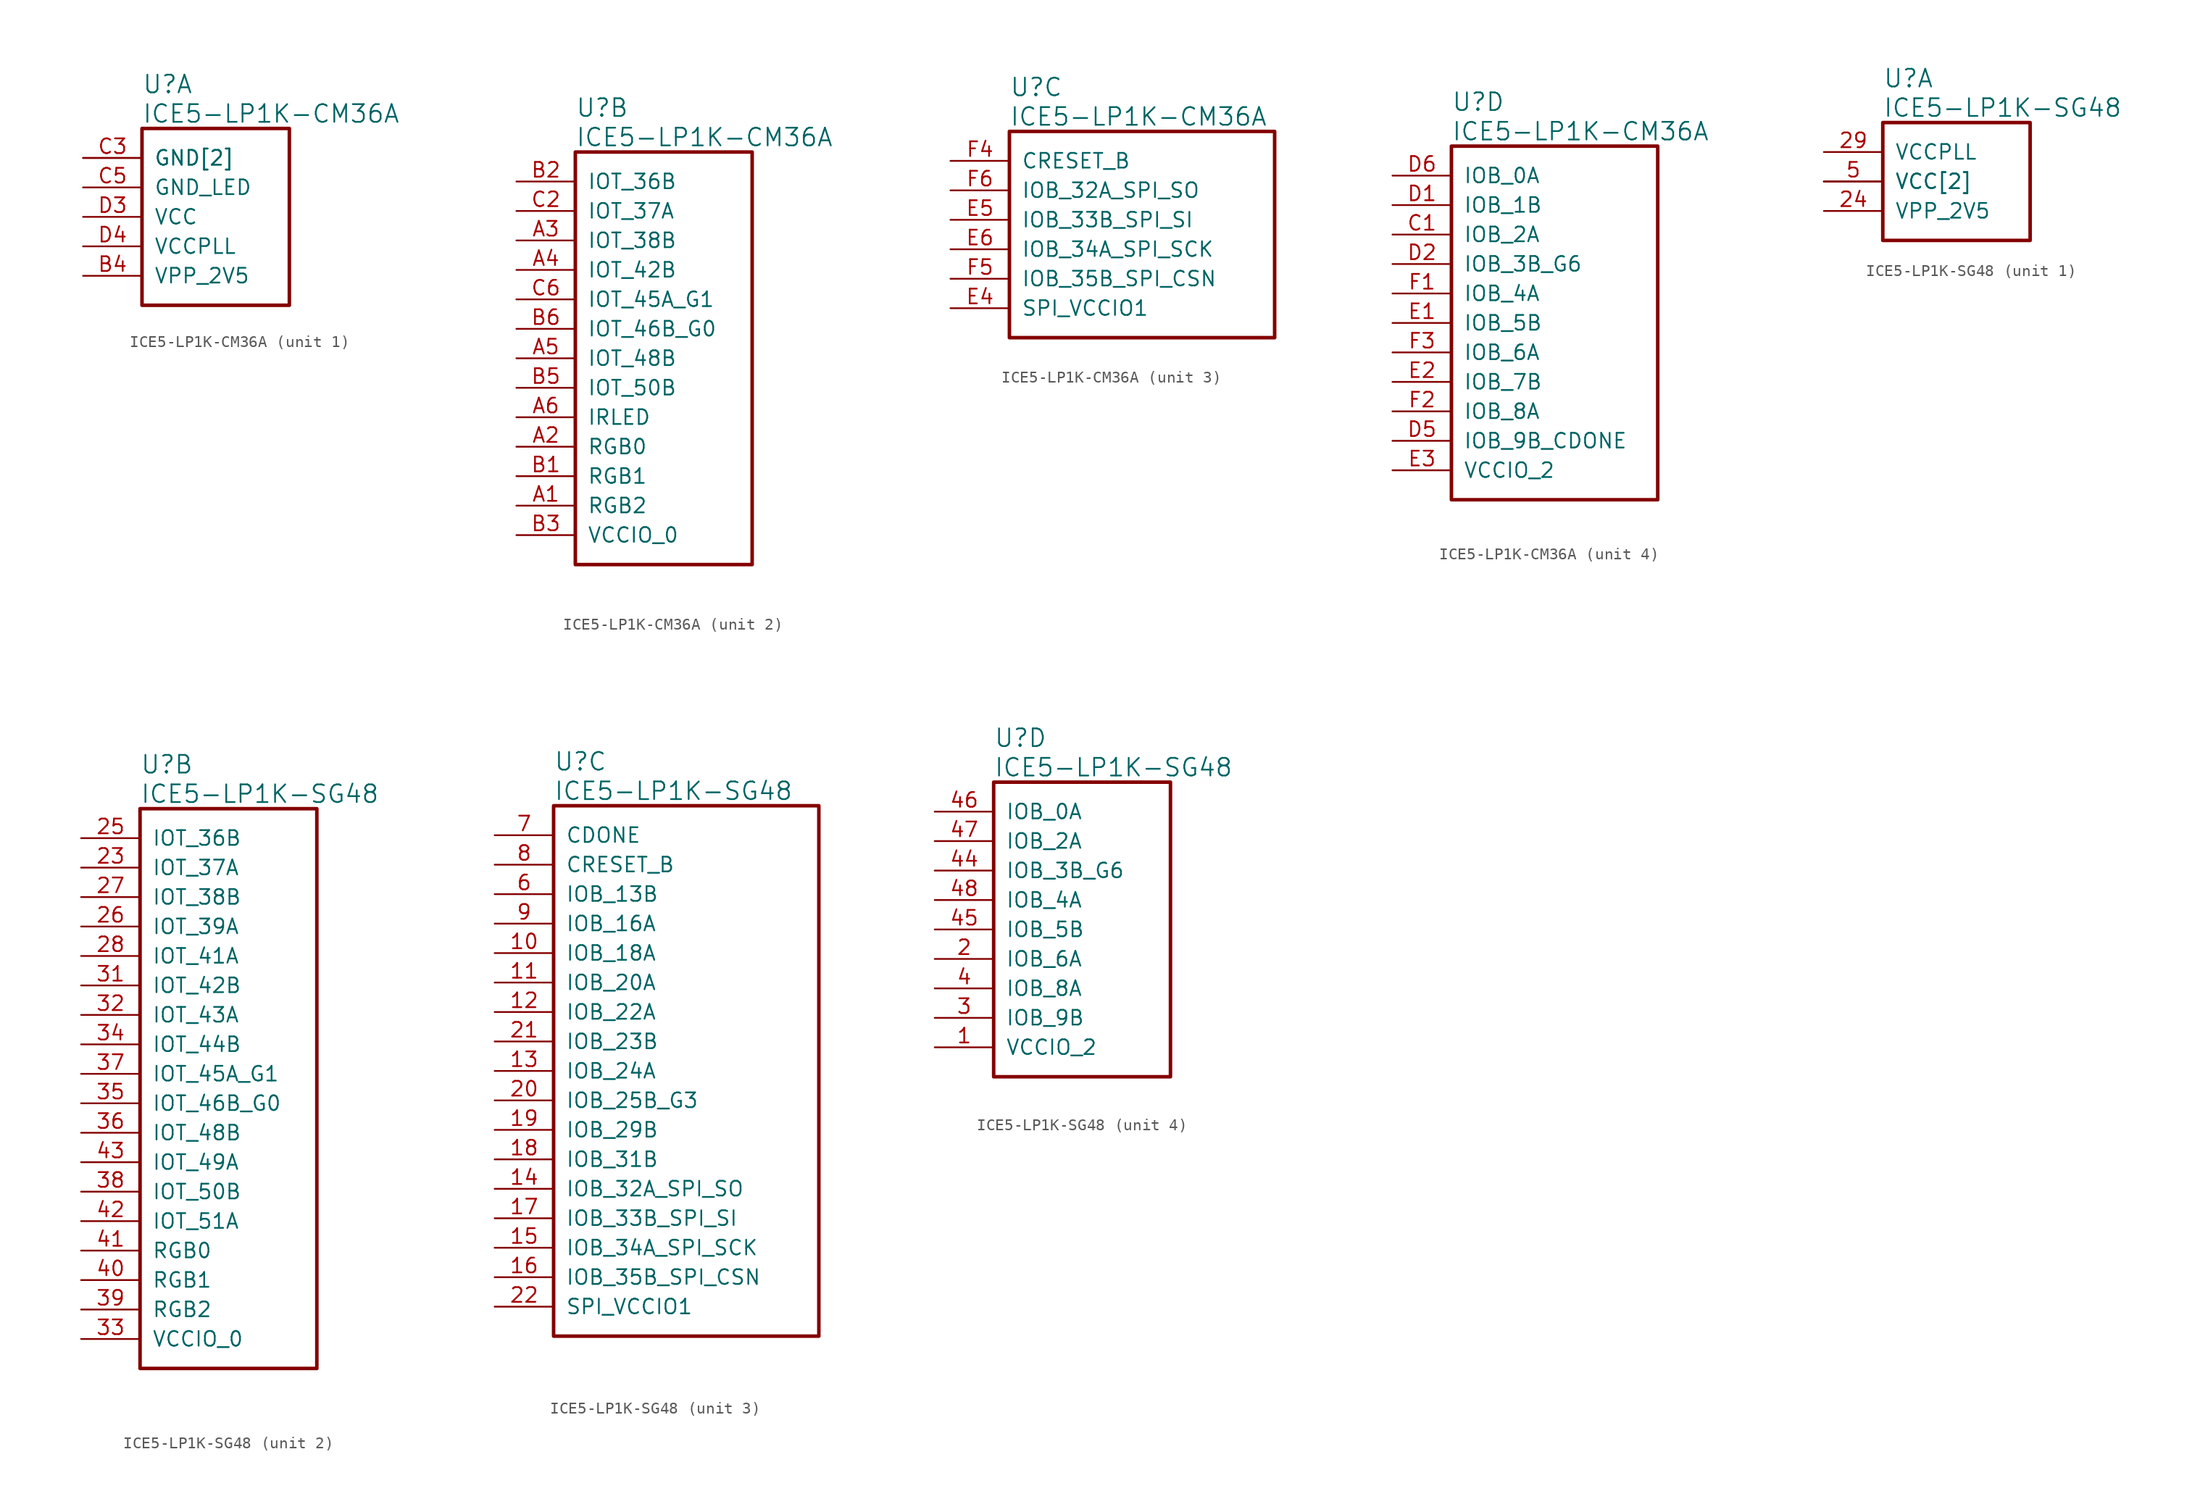
<source format=kicad_sym>
(kicad_symbol_lib
  (version 20241209)
  (generator "kicad_symbol_editor")
  (generator_version "9.0")
  (symbol "ICE5-LP1K-CM36A"
    (pin_names
      (offset 1.016))
    (property "Reference" "U"
      (at 5.08 6.35 0)
      (effects (font (size 1.524 1.524)) (justify left)))
    (property "Value" "ICE5-LP1K-CM36A"
      (at 5.08 3.81 0)
      (effects (font (size 1.524 1.524)) (justify left)))
    (property "ki_locked" ""
      (at 0 0 0)
      (effects (font (size 1.27 1.27))))
    (symbol "ICE5-LP1K-CM36A_1_1"
      (rectangle (start 5.08 2.54) (end 17.78 -12.7) (stroke (width 0.305) (type solid)) (fill (type none)))
      (pin power_in line (at 0 0 0) (length 5.08) (name "GND[2]" (effects (font (size 1.27 1.27)))) (number "C3" (effects (font (size 1.27 1.27)))))
      (pin power_in line (at 0 0 0) (length 5.08) (name "GND[2]" (effects (font (size 1.27 1.27)))) (number "C4" (effects (font (size 0 0)))))
      (pin power_in line (at 0 -2.54 0) (length 5.08) (name "GND_LED" (effects (font (size 1.27 1.27)))) (number "C5" (effects (font (size 1.27 1.27)))))
      (pin power_in line (at 0 -5.08 0) (length 5.08) (name "VCC" (effects (font (size 1.27 1.27)))) (number "D3" (effects (font (size 1.27 1.27)))))
      (pin power_in line (at 0 -7.62 0) (length 5.08) (name "VCCPLL" (effects (font (size 1.27 1.27)))) (number "D4" (effects (font (size 1.27 1.27)))))
      (pin power_in line (at 0 -10.16 0) (length 5.08) (name "VPP_2V5" (effects (font (size 1.27 1.27)))) (number "B4" (effects (font (size 1.27 1.27))))))
    (symbol "ICE5-LP1K-CM36A_2_1"
      (rectangle (start 5.08 2.54) (end 20.32 -33.02) (stroke (width 0.305) (type solid)) (fill (type none)))
      (pin bidirectional line (at 0 0 0) (length 5.08) (name "IOT_36B" (effects (font (size 1.27 1.27)))) (number "B2" (effects (font (size 1.27 1.27)))))
      (pin bidirectional line (at 0 -2.54 0) (length 5.08) (name "IOT_37A" (effects (font (size 1.27 1.27)))) (number "C2" (effects (font (size 1.27 1.27)))))
      (pin bidirectional line (at 0 -5.08 0) (length 5.08) (name "IOT_38B" (effects (font (size 1.27 1.27)))) (number "A3" (effects (font (size 1.27 1.27)))))
      (pin bidirectional line (at 0 -7.62 0) (length 5.08) (name "IOT_42B" (effects (font (size 1.27 1.27)))) (number "A4" (effects (font (size 1.27 1.27)))))
      (pin bidirectional line (at 0 -10.16 0) (length 5.08) (name "IOT_45A_G1" (effects (font (size 1.27 1.27)))) (number "C6" (effects (font (size 1.27 1.27)))))
      (pin bidirectional line (at 0 -12.7 0) (length 5.08) (name "IOT_46B_G0" (effects (font (size 1.27 1.27)))) (number "B6" (effects (font (size 1.27 1.27)))))
      (pin bidirectional line (at 0 -15.24 0) (length 5.08) (name "IOT_48B" (effects (font (size 1.27 1.27)))) (number "A5" (effects (font (size 1.27 1.27)))))
      (pin bidirectional line (at 0 -17.78 0) (length 5.08) (name "IOT_50B" (effects (font (size 1.27 1.27)))) (number "B5" (effects (font (size 1.27 1.27)))))
      (pin bidirectional line (at 0 -20.32 0) (length 5.08) (name "IRLED" (effects (font (size 1.27 1.27)))) (number "A6" (effects (font (size 1.27 1.27)))))
      (pin bidirectional line (at 0 -22.86 0) (length 5.08) (name "RGB0" (effects (font (size 1.27 1.27)))) (number "A2" (effects (font (size 1.27 1.27)))))
      (pin bidirectional line (at 0 -25.4 0) (length 5.08) (name "RGB1" (effects (font (size 1.27 1.27)))) (number "B1" (effects (font (size 1.27 1.27)))))
      (pin bidirectional line (at 0 -27.94 0) (length 5.08) (name "RGB2" (effects (font (size 1.27 1.27)))) (number "A1" (effects (font (size 1.27 1.27)))))
      (pin power_in line (at 0 -30.48 0) (length 5.08) (name "VCCIO_0" (effects (font (size 1.27 1.27)))) (number "B3" (effects (font (size 1.27 1.27))))))
    (symbol "ICE5-LP1K-CM36A_3_1"
      (rectangle (start 5.08 2.54) (end 27.94 -15.24) (stroke (width 0.305) (type solid)) (fill (type none)))
      (pin input line (at 0 0 0) (length 5.08) (name "CRESET_B" (effects (font (size 1.27 1.27)))) (number "F4" (effects (font (size 1.27 1.27)))))
      (pin bidirectional line (at 0 -2.54 0) (length 5.08) (name "IOB_32A_SPI_SO" (effects (font (size 1.27 1.27)))) (number "F6" (effects (font (size 1.27 1.27)))))
      (pin bidirectional line (at 0 -5.08 0) (length 5.08) (name "IOB_33B_SPI_SI" (effects (font (size 1.27 1.27)))) (number "E5" (effects (font (size 1.27 1.27)))))
      (pin bidirectional line (at 0 -7.62 0) (length 5.08) (name "IOB_34A_SPI_SCK" (effects (font (size 1.27 1.27)))) (number "E6" (effects (font (size 1.27 1.27)))))
      (pin bidirectional line (at 0 -10.16 0) (length 5.08) (name "IOB_35B_SPI_CSN" (effects (font (size 1.27 1.27)))) (number "F5" (effects (font (size 1.27 1.27)))))
      (pin power_in line (at 0 -12.7 0) (length 5.08) (name "SPI_VCCIO1" (effects (font (size 1.27 1.27)))) (number "E4" (effects (font (size 1.27 1.27))))))
    (symbol "ICE5-LP1K-CM36A_4_1"
      (rectangle (start 5.08 2.54) (end 22.86 -27.94) (stroke (width 0.305) (type solid)) (fill (type none)))
      (pin bidirectional line (at 0 0 0) (length 5.08) (name "IOB_0A" (effects (font (size 1.27 1.27)))) (number "D6" (effects (font (size 1.27 1.27)))))
      (pin bidirectional line (at 0 -2.54 0) (length 5.08) (name "IOB_1B" (effects (font (size 1.27 1.27)))) (number "D1" (effects (font (size 1.27 1.27)))))
      (pin bidirectional line (at 0 -5.08 0) (length 5.08) (name "IOB_2A" (effects (font (size 1.27 1.27)))) (number "C1" (effects (font (size 1.27 1.27)))))
      (pin bidirectional line (at 0 -7.62 0) (length 5.08) (name "IOB_3B_G6" (effects (font (size 1.27 1.27)))) (number "D2" (effects (font (size 1.27 1.27)))))
      (pin bidirectional line (at 0 -10.16 0) (length 5.08) (name "IOB_4A" (effects (font (size 1.27 1.27)))) (number "F1" (effects (font (size 1.27 1.27)))))
      (pin bidirectional line (at 0 -12.7 0) (length 5.08) (name "IOB_5B" (effects (font (size 1.27 1.27)))) (number "E1" (effects (font (size 1.27 1.27)))))
      (pin bidirectional line (at 0 -15.24 0) (length 5.08) (name "IOB_6A" (effects (font (size 1.27 1.27)))) (number "F3" (effects (font (size 1.27 1.27)))))
      (pin bidirectional line (at 0 -17.78 0) (length 5.08) (name "IOB_7B" (effects (font (size 1.27 1.27)))) (number "E2" (effects (font (size 1.27 1.27)))))
      (pin bidirectional line (at 0 -20.32 0) (length 5.08) (name "IOB_8A" (effects (font (size 1.27 1.27)))) (number "F2" (effects (font (size 1.27 1.27)))))
      (pin bidirectional line (at 0 -22.86 0) (length 5.08) (name "IOB_9B_CDONE" (effects (font (size 1.27 1.27)))) (number "D5" (effects (font (size 1.27 1.27)))))
      (pin power_in line (at 0 -25.4 0) (length 5.08) (name "VCCIO_2" (effects (font (size 1.27 1.27)))) (number "E3" (effects (font (size 1.27 1.27)))))))
  (symbol "ICE5-LP1K-SG48"
    (pin_names
      (offset 1.016))
    (property "Reference" "U"
      (at 5.08 6.35 0)
      (effects (font (size 1.524 1.524)) (justify left)))
    (property "Value" "ICE5-LP1K-SG48"
      (at 5.08 3.81 0)
      (effects (font (size 1.524 1.524)) (justify left)))
    (property "ki_locked" ""
      (at 0 0 0)
      (effects (font (size 1.27 1.27))))
    (symbol "ICE5-LP1K-SG48_1_1"
      (rectangle (start 5.08 2.54) (end 17.78 -7.62) (stroke (width 0.305) (type solid)) (fill (type none)))
      (pin power_in line (at 0 0 0) (length 5.08) (name "VCCPLL" (effects (font (size 1.27 1.27)))) (number "29" (effects (font (size 1.27 1.27)))))
      (pin power_in line (at 0 -2.54 0) (length 5.08) (name "VCC[2]" (effects (font (size 1.27 1.27)))) (number "30" (effects (font (size 0 0)))))
      (pin power_in line (at 0 -2.54 0) (length 5.08) (name "VCC[2]" (effects (font (size 1.27 1.27)))) (number "5" (effects (font (size 1.27 1.27)))))
      (pin power_in line (at 0 -5.08 0) (length 5.08) (name "VPP_2V5" (effects (font (size 1.27 1.27)))) (number "24" (effects (font (size 1.27 1.27))))))
    (symbol "ICE5-LP1K-SG48_2_1"
      (rectangle (start 5.08 2.54) (end 20.32 -45.72) (stroke (width 0.305) (type solid)) (fill (type none)))
      (pin bidirectional line (at 0 0 0) (length 5.08) (name "IOT_36B" (effects (font (size 1.27 1.27)))) (number "25" (effects (font (size 1.27 1.27)))))
      (pin bidirectional line (at 0 -2.54 0) (length 5.08) (name "IOT_37A" (effects (font (size 1.27 1.27)))) (number "23" (effects (font (size 1.27 1.27)))))
      (pin bidirectional line (at 0 -5.08 0) (length 5.08) (name "IOT_38B" (effects (font (size 1.27 1.27)))) (number "27" (effects (font (size 1.27 1.27)))))
      (pin bidirectional line (at 0 -7.62 0) (length 5.08) (name "IOT_39A" (effects (font (size 1.27 1.27)))) (number "26" (effects (font (size 1.27 1.27)))))
      (pin bidirectional line (at 0 -10.16 0) (length 5.08) (name "IOT_41A" (effects (font (size 1.27 1.27)))) (number "28" (effects (font (size 1.27 1.27)))))
      (pin bidirectional line (at 0 -12.7 0) (length 5.08) (name "IOT_42B" (effects (font (size 1.27 1.27)))) (number "31" (effects (font (size 1.27 1.27)))))
      (pin bidirectional line (at 0 -15.24 0) (length 5.08) (name "IOT_43A" (effects (font (size 1.27 1.27)))) (number "32" (effects (font (size 1.27 1.27)))))
      (pin bidirectional line (at 0 -17.78 0) (length 5.08) (name "IOT_44B" (effects (font (size 1.27 1.27)))) (number "34" (effects (font (size 1.27 1.27)))))
      (pin bidirectional line (at 0 -20.32 0) (length 5.08) (name "IOT_45A_G1" (effects (font (size 1.27 1.27)))) (number "37" (effects (font (size 1.27 1.27)))))
      (pin bidirectional line (at 0 -22.86 0) (length 5.08) (name "IOT_46B_G0" (effects (font (size 1.27 1.27)))) (number "35" (effects (font (size 1.27 1.27)))))
      (pin bidirectional line (at 0 -25.4 0) (length 5.08) (name "IOT_48B" (effects (font (size 1.27 1.27)))) (number "36" (effects (font (size 1.27 1.27)))))
      (pin bidirectional line (at 0 -27.94 0) (length 5.08) (name "IOT_49A" (effects (font (size 1.27 1.27)))) (number "43" (effects (font (size 1.27 1.27)))))
      (pin bidirectional line (at 0 -30.48 0) (length 5.08) (name "IOT_50B" (effects (font (size 1.27 1.27)))) (number "38" (effects (font (size 1.27 1.27)))))
      (pin bidirectional line (at 0 -33.02 0) (length 5.08) (name "IOT_51A" (effects (font (size 1.27 1.27)))) (number "42" (effects (font (size 1.27 1.27)))))
      (pin bidirectional line (at 0 -35.56 0) (length 5.08) (name "RGB0" (effects (font (size 1.27 1.27)))) (number "41" (effects (font (size 1.27 1.27)))))
      (pin bidirectional line (at 0 -38.1 0) (length 5.08) (name "RGB1" (effects (font (size 1.27 1.27)))) (number "40" (effects (font (size 1.27 1.27)))))
      (pin bidirectional line (at 0 -40.64 0) (length 5.08) (name "RGB2" (effects (font (size 1.27 1.27)))) (number "39" (effects (font (size 1.27 1.27)))))
      (pin power_in line (at 0 -43.18 0) (length 5.08) (name "VCCIO_0" (effects (font (size 1.27 1.27)))) (number "33" (effects (font (size 1.27 1.27))))))
    (symbol "ICE5-LP1K-SG48_3_1"
      (rectangle (start 5.08 2.54) (end 27.94 -43.18) (stroke (width 0.305) (type solid)) (fill (type none)))
      (pin output line (at 0 0 0) (length 5.08) (name "CDONE" (effects (font (size 1.27 1.27)))) (number "7" (effects (font (size 1.27 1.27)))))
      (pin input line (at 0 -2.54 0) (length 5.08) (name "CRESET_B" (effects (font (size 1.27 1.27)))) (number "8" (effects (font (size 1.27 1.27)))))
      (pin bidirectional line (at 0 -5.08 0) (length 5.08) (name "IOB_13B" (effects (font (size 1.27 1.27)))) (number "6" (effects (font (size 1.27 1.27)))))
      (pin bidirectional line (at 0 -7.62 0) (length 5.08) (name "IOB_16A" (effects (font (size 1.27 1.27)))) (number "9" (effects (font (size 1.27 1.27)))))
      (pin bidirectional line (at 0 -10.16 0) (length 5.08) (name "IOB_18A" (effects (font (size 1.27 1.27)))) (number "10" (effects (font (size 1.27 1.27)))))
      (pin bidirectional line (at 0 -12.7 0) (length 5.08) (name "IOB_20A" (effects (font (size 1.27 1.27)))) (number "11" (effects (font (size 1.27 1.27)))))
      (pin bidirectional line (at 0 -15.24 0) (length 5.08) (name "IOB_22A" (effects (font (size 1.27 1.27)))) (number "12" (effects (font (size 1.27 1.27)))))
      (pin bidirectional line (at 0 -17.78 0) (length 5.08) (name "IOB_23B" (effects (font (size 1.27 1.27)))) (number "21" (effects (font (size 1.27 1.27)))))
      (pin bidirectional line (at 0 -20.32 0) (length 5.08) (name "IOB_24A" (effects (font (size 1.27 1.27)))) (number "13" (effects (font (size 1.27 1.27)))))
      (pin bidirectional line (at 0 -22.86 0) (length 5.08) (name "IOB_25B_G3" (effects (font (size 1.27 1.27)))) (number "20" (effects (font (size 1.27 1.27)))))
      (pin bidirectional line (at 0 -25.4 0) (length 5.08) (name "IOB_29B" (effects (font (size 1.27 1.27)))) (number "19" (effects (font (size 1.27 1.27)))))
      (pin bidirectional line (at 0 -27.94 0) (length 5.08) (name "IOB_31B" (effects (font (size 1.27 1.27)))) (number "18" (effects (font (size 1.27 1.27)))))
      (pin bidirectional line (at 0 -30.48 0) (length 5.08) (name "IOB_32A_SPI_SO" (effects (font (size 1.27 1.27)))) (number "14" (effects (font (size 1.27 1.27)))))
      (pin bidirectional line (at 0 -33.02 0) (length 5.08) (name "IOB_33B_SPI_SI" (effects (font (size 1.27 1.27)))) (number "17" (effects (font (size 1.27 1.27)))))
      (pin bidirectional line (at 0 -35.56 0) (length 5.08) (name "IOB_34A_SPI_SCK" (effects (font (size 1.27 1.27)))) (number "15" (effects (font (size 1.27 1.27)))))
      (pin bidirectional line (at 0 -38.1 0) (length 5.08) (name "IOB_35B_SPI_CSN" (effects (font (size 1.27 1.27)))) (number "16" (effects (font (size 1.27 1.27)))))
      (pin power_in line (at 0 -40.64 0) (length 5.08) (name "SPI_VCCIO1" (effects (font (size 1.27 1.27)))) (number "22" (effects (font (size 1.27 1.27))))))
    (symbol "ICE5-LP1K-SG48_4_1"
      (rectangle (start 5.08 2.54) (end 20.32 -22.86) (stroke (width 0.305) (type solid)) (fill (type none)))
      (pin bidirectional line (at 0 0 0) (length 5.08) (name "IOB_0A" (effects (font (size 1.27 1.27)))) (number "46" (effects (font (size 1.27 1.27)))))
      (pin bidirectional line (at 0 -2.54 0) (length 5.08) (name "IOB_2A" (effects (font (size 1.27 1.27)))) (number "47" (effects (font (size 1.27 1.27)))))
      (pin bidirectional line (at 0 -5.08 0) (length 5.08) (name "IOB_3B_G6" (effects (font (size 1.27 1.27)))) (number "44" (effects (font (size 1.27 1.27)))))
      (pin bidirectional line (at 0 -7.62 0) (length 5.08) (name "IOB_4A" (effects (font (size 1.27 1.27)))) (number "48" (effects (font (size 1.27 1.27)))))
      (pin bidirectional line (at 0 -10.16 0) (length 5.08) (name "IOB_5B" (effects (font (size 1.27 1.27)))) (number "45" (effects (font (size 1.27 1.27)))))
      (pin bidirectional line (at 0 -12.7 0) (length 5.08) (name "IOB_6A" (effects (font (size 1.27 1.27)))) (number "2" (effects (font (size 1.27 1.27)))))
      (pin bidirectional line (at 0 -15.24 0) (length 5.08) (name "IOB_8A" (effects (font (size 1.27 1.27)))) (number "4" (effects (font (size 1.27 1.27)))))
      (pin bidirectional line (at 0 -17.78 0) (length 5.08) (name "IOB_9B" (effects (font (size 1.27 1.27)))) (number "3" (effects (font (size 1.27 1.27)))))
      (pin power_in line (at 0 -20.32 0) (length 5.08) (name "VCCIO_2" (effects (font (size 1.27 1.27)))) (number "1" (effects (font (size 1.27 1.27))))))))
</source>
